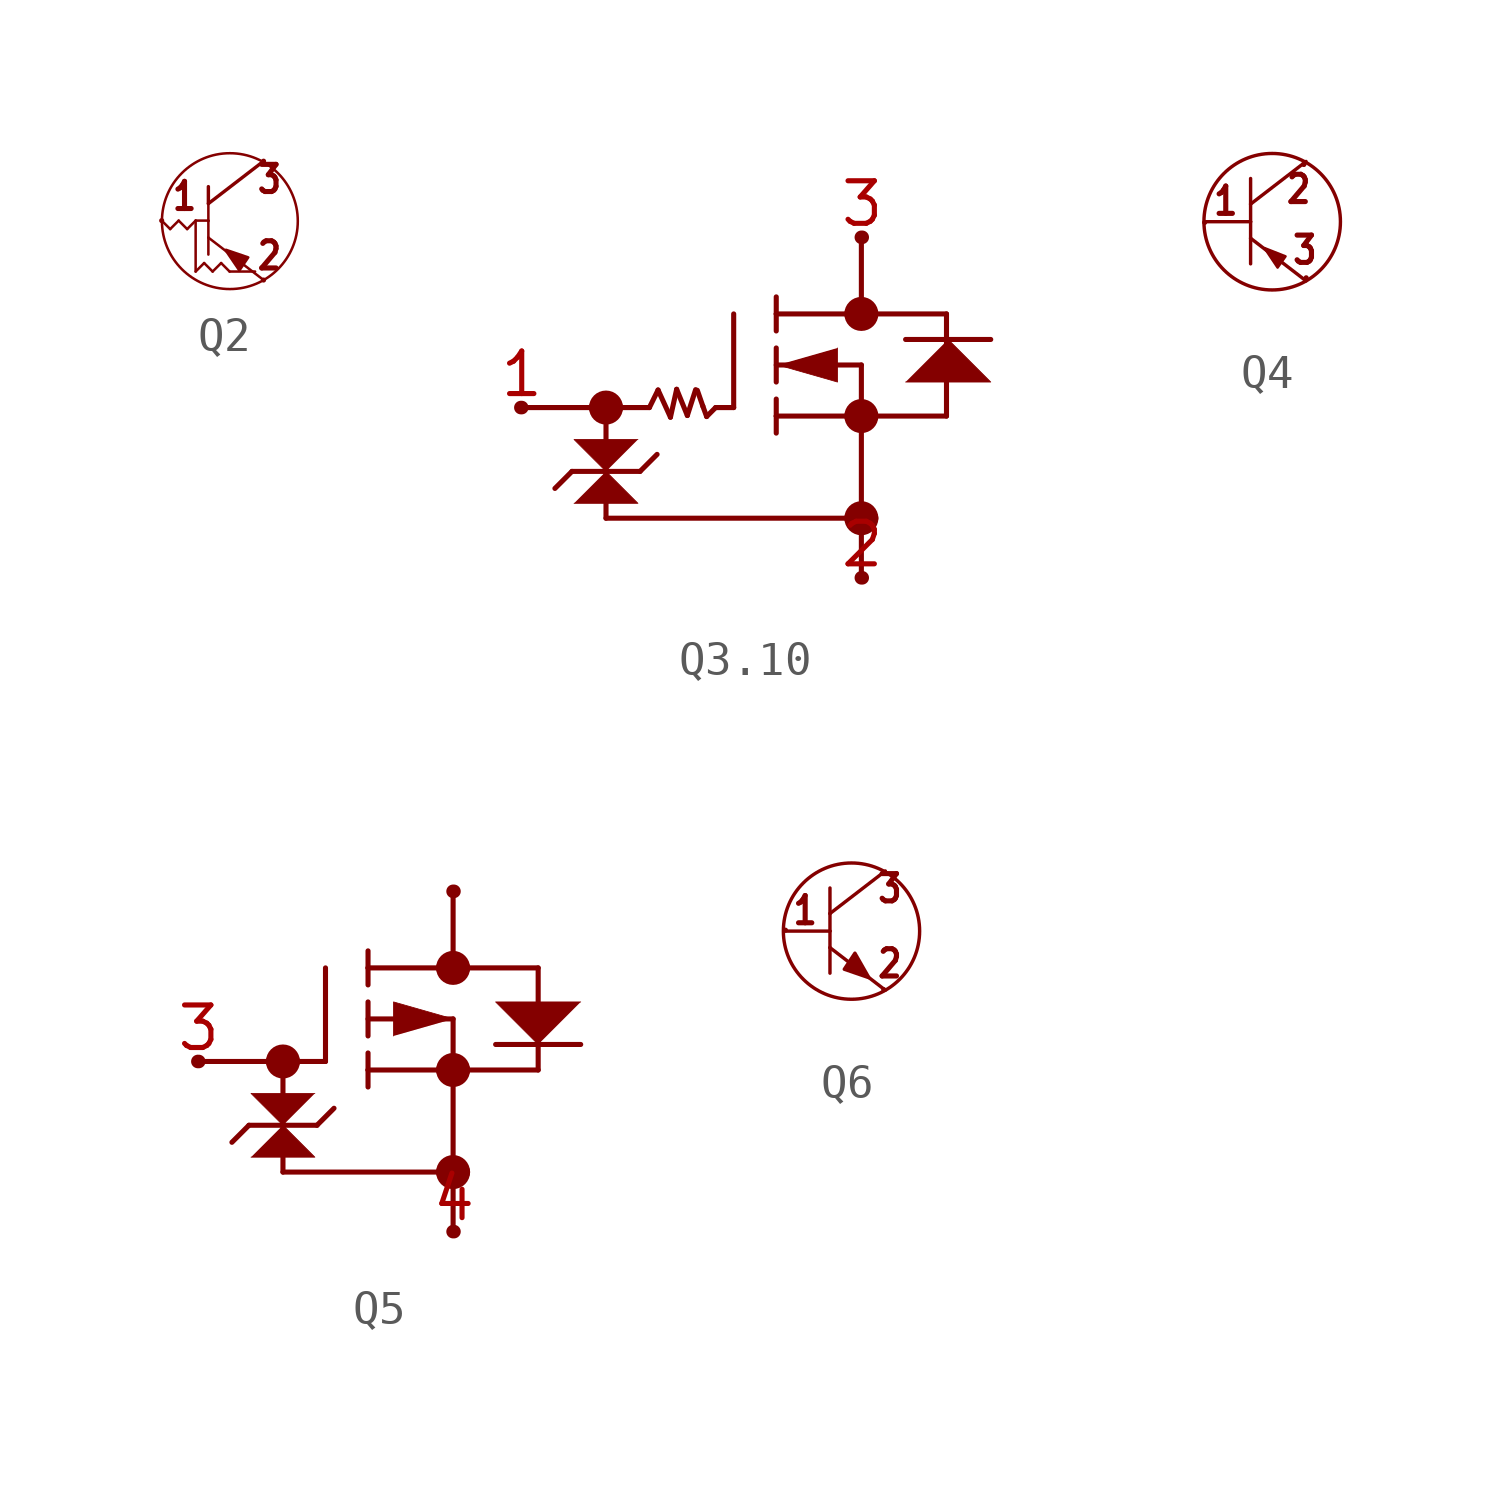
<source format=kicad_sym>
(kicad_symbol_lib
  (version 20231120)
  (generator "kicad_symbol_editor")
  (generator_version "8.0")
  (symbol "Q2"
    (property "Reference" ""
      (at -1.778 2.032 0)
      (effects (font (size 1.27 1.079)) (justify left bottom) (hide yes)))
    (property "ki_locked" ""
      (at 0 0 0)
      (effects (font (size 1.27 1.27))))
    (symbol "Q2_1_0"
      (polyline (pts (xy -1.524 -0.254) (xy -1.778 0)) (stroke (width 0.076) (type solid)) (fill (type none)))
      (polyline (pts (xy -1.27 0) (xy -1.524 -0.254)) (stroke (width 0.076) (type solid)) (fill (type none)))
      (polyline (pts (xy -1.016 -0.254) (xy -1.27 0)) (stroke (width 0.076) (type solid)) (fill (type none)))
      (polyline (pts (xy -0.762 -1.524) (xy -0.762 0)) (stroke (width 0.076) (type solid)) (fill (type none)))
      (polyline (pts (xy -0.762 0) (xy -1.016 -0.254)) (stroke (width 0.076) (type solid)) (fill (type none)))
      (polyline (pts (xy -0.762 0) (xy -0.381 0)) (stroke (width 0.076) (type solid)) (fill (type none)))
      (polyline (pts (xy -0.508 -1.27) (xy -0.762 -1.524)) (stroke (width 0.076) (type solid)) (fill (type none)))
      (polyline (pts (xy -0.381 -0.508) (xy -0.381 -1.016)) (stroke (width 0.076) (type solid)) (fill (type none)))
      (polyline (pts (xy -0.381 -0.508) (xy 1.27 -1.778)) (stroke (width 0.076) (type solid)) (fill (type none)))
      (polyline (pts (xy -0.381 -0.016) (xy -0.381 -0.508)) (stroke (width 0.076) (type solid)) (fill (type none)))
      (polyline (pts (xy -0.381 0) (xy -0.381 -0.016)) (stroke (width 0.076) (type solid)) (fill (type none)))
      (polyline (pts (xy -0.381 0.508) (xy -0.381 0)) (stroke (width 0.076) (type solid)) (fill (type none)))
      (polyline (pts (xy -0.381 0.508) (xy 1.27 1.778)) (stroke (width 0.102) (type solid)) (fill (type none)))
      (polyline (pts (xy -0.381 1.016) (xy -0.381 0.508)) (stroke (width 0.102) (type solid)) (fill (type none)))
      (polyline (pts (xy -0.254 -1.524) (xy -0.508 -1.27)) (stroke (width 0.076) (type solid)) (fill (type none)))
      (polyline (pts (xy 0 -1.27) (xy -0.254 -1.524)) (stroke (width 0.076) (type solid)) (fill (type none)))
      (polyline (pts (xy 0.254 -1.524) (xy 0 -1.27)) (stroke (width 0.076) (type solid)) (fill (type none)))
      (polyline (pts (xy 1.016 -1.524) (xy 0.254 -1.524)) (stroke (width 0.076) (type solid)) (fill (type none)))
      (polyline (pts (xy 0.13 -0.881) (xy 0.546 -1.493) (xy 0.812 -1.101) (xy 0.146 -0.873)) (stroke (width 0.076) (type solid)) (fill (type outline)))
      (circle (center 0.262 -0.016) (radius 2.032) (stroke (width 0.076) (type solid)) (fill (type none)))
      (text "1" (at -1.524 0.254 0) (effects (font (size 0.813 0.691)) (justify left bottom)))
      (text "2" (at 1.016 -1.524 0) (effects (font (size 0.813 0.691)) (justify left bottom)))
      (text "3" (at 1.016 0.762 0) (effects (font (size 0.813 0.691)) (justify left bottom)))
      (pin bidirectional line (at -1.778 0 0) (length 0) (name "1" (effects (font (size 0 0)))) (number "1" (effects (font (size 0 0)))))
      (pin bidirectional line (at 1.27 -1.778 0) (length 0) (name "2" (effects (font (size 0 0)))) (number "2" (effects (font (size 0 0)))))
      (pin bidirectional line (at 1.27 1.778 0) (length 0) (name "3" (effects (font (size 0 0)))) (number "3" (effects (font (size 0 0)))))))
  (symbol "Q3.10"
    (property "Reference" ""
      (at 1.532 -4.74 0)
      (effects (font (size 0.762 0.648)) (justify left bottom) (hide yes)))
    (property "Value" ""
      (at 1.148 -5.667 0)
      (effects (font (size 0.762 0.648)) (justify left bottom)))
    (property "ki_locked" ""
      (at 0 0 0)
      (effects (font (size 1.27 1.27))))
    (symbol "Q3.10_1_0"
      (arc (start -0.2794 -2.54) (mid -0.0254 -2.794) (end 0.2286 -2.54) (stroke (width 0.508) (type solid)) (fill (type none)))
      (polyline (pts (xy -2.565 -2.54) (xy -0.279 -2.54)) (stroke (width 0.152) (type solid)) (fill (type none)))
      (polyline (pts (xy -2.54 -2.54) (xy -2.565 -2.54)) (stroke (width 0.406) (type solid)) (fill (type none)))
      (polyline (pts (xy -1.041 -4.445) (xy -1.549 -4.953)) (stroke (width 0.152) (type solid)) (fill (type none)))
      (polyline (pts (xy -1.041 -4.445) (xy 0.991 -4.445)) (stroke (width 0.152) (type solid)) (fill (type none)))
      (polyline (pts (xy -0.279 -2.54) (xy -0.025 -2.54)) (stroke (width 0.152) (type solid)) (fill (type none)))
      (polyline (pts (xy -0.025 -5.842) (xy 7.341 -5.842)) (stroke (width 0.152) (type solid)) (fill (type none)))
      (polyline (pts (xy -0.025 -2.54) (xy -0.025 -5.842)) (stroke (width 0.152) (type solid)) (fill (type none)))
      (polyline (pts (xy -0.025 -2.54) (xy 0.229 -2.54)) (stroke (width 0.152) (type solid)) (fill (type none)))
      (polyline (pts (xy 0.229 -2.54) (xy 1.27 -2.54)) (stroke (width 0.152) (type solid)) (fill (type none)))
      (polyline (pts (xy 0.991 -4.445) (xy 1.499 -3.937)) (stroke (width 0.152) (type solid)) (fill (type none)))
      (polyline (pts (xy 1.27 -2.54) (xy 1.528 -2.016)) (stroke (width 0.152) (type solid)) (fill (type none)))
      (polyline (pts (xy 1.528 -2.016) (xy 1.898 -2.828)) (stroke (width 0.152) (type solid)) (fill (type none)))
      (polyline (pts (xy 1.898 -2.828) (xy 2.083 -1.995)) (stroke (width 0.152) (type solid)) (fill (type none)))
      (polyline (pts (xy 2.083 -1.995) (xy 2.402 -2.777)) (stroke (width 0.152) (type solid)) (fill (type none)))
      (polyline (pts (xy 2.402 -2.777) (xy 2.649 -2.006)) (stroke (width 0.152) (type solid)) (fill (type none)))
      (polyline (pts (xy 2.7 -2.026) (xy 2.865 -2.499)) (stroke (width 0.152) (type solid)) (fill (type none)))
      (polyline (pts (xy 2.865 -2.499) (xy 2.978 -2.808)) (stroke (width 0.152) (type solid)) (fill (type none)))
      (polyline (pts (xy 2.978 -2.808) (xy 3.245 -2.54)) (stroke (width 0.152) (type solid)) (fill (type none)))
      (polyline (pts (xy 3.785 -2.54) (xy 3.245 -2.54)) (stroke (width 0.152) (type solid)) (fill (type none)))
      (polyline (pts (xy 3.785 -2.54) (xy 3.785 0.254)) (stroke (width 0.152) (type solid)) (fill (type none)))
      (polyline (pts (xy 5.055 -3.302) (xy 5.055 -2.794)) (stroke (width 0.152) (type solid)) (fill (type none)))
      (polyline (pts (xy 5.055 -2.794) (xy 5.055 -2.286)) (stroke (width 0.152) (type solid)) (fill (type none)))
      (polyline (pts (xy 5.055 -2.794) (xy 7.341 -2.794)) (stroke (width 0.152) (type solid)) (fill (type none)))
      (polyline (pts (xy 5.055 -1.778) (xy 5.055 -0.762)) (stroke (width 0.152) (type solid)) (fill (type none)))
      (polyline (pts (xy 5.055 -1.27) (xy 7.595 -1.27)) (stroke (width 0.152) (type solid)) (fill (type none)))
      (polyline (pts (xy 5.055 -0.254) (xy 5.055 0.254)) (stroke (width 0.152) (type solid)) (fill (type none)))
      (polyline (pts (xy 5.055 0.254) (xy 5.055 0.762)) (stroke (width 0.152) (type solid)) (fill (type none)))
      (polyline (pts (xy 7.341 -5.842) (xy 7.595 -5.842)) (stroke (width 0.152) (type solid)) (fill (type none)))
      (polyline (pts (xy 7.341 -2.794) (xy 7.849 -2.794)) (stroke (width 0.152) (type solid)) (fill (type none)))
      (polyline (pts (xy 7.341 0.254) (xy 5.055 0.254)) (stroke (width 0.152) (type solid)) (fill (type none)))
      (polyline (pts (xy 7.595 -5.842) (xy 7.595 -7.62)) (stroke (width 0.152) (type solid)) (fill (type none)))
      (polyline (pts (xy 7.595 -1.27) (xy 7.595 -5.842)) (stroke (width 0.152) (type solid)) (fill (type none)))
      (polyline (pts (xy 7.595 0.254) (xy 7.341 0.254)) (stroke (width 0.152) (type solid)) (fill (type none)))
      (polyline (pts (xy 7.595 2.54) (xy 7.595 0.254)) (stroke (width 0.152) (type solid)) (fill (type none)))
      (polyline (pts (xy 7.62 -7.62) (xy 7.595 -7.62)) (stroke (width 0.406) (type solid)) (fill (type none)))
      (polyline (pts (xy 7.62 2.54) (xy 7.595 2.54)) (stroke (width 0.406) (type solid)) (fill (type none)))
      (polyline (pts (xy 7.849 -2.794) (xy 10.135 -2.794)) (stroke (width 0.152) (type solid)) (fill (type none)))
      (polyline (pts (xy 7.849 0.254) (xy 7.595 0.254)) (stroke (width 0.152) (type solid)) (fill (type none)))
      (polyline (pts (xy 10.135 0.254) (xy 7.849 0.254)) (stroke (width 0.152) (type solid)) (fill (type none)))
      (polyline (pts (xy 10.135 0.254) (xy 10.135 -2.794)) (stroke (width 0.152) (type solid)) (fill (type none)))
      (polyline (pts (xy 11.455 -0.508) (xy 8.915 -0.508)) (stroke (width 0.152) (type solid)) (fill (type none)))
      (polyline (pts (xy -0.978 -5.397) (xy 0.927 -5.397) (xy -0.025 -4.445)) (stroke (width 0.025) (type solid)) (fill (type outline)))
      (polyline (pts (xy 0.927 -3.493) (xy -0.978 -3.493) (xy -0.025 -4.445)) (stroke (width 0.025) (type solid)) (fill (type outline)))
      (polyline (pts (xy 5.105 -1.27) (xy 6.883 -1.778) (xy 6.883 -0.762)) (stroke (width 0.025) (type solid)) (fill (type outline)))
      (polyline (pts (xy 8.915 -1.778) (xy 11.455 -1.778) (xy 10.185 -0.508)) (stroke (width 0.025) (type solid)) (fill (type outline)))
      (arc (start 0.2286 -2.54) (mid -0.0254 -2.286) (end -0.2794 -2.54) (stroke (width 0.508) (type solid)) (fill (type none)))
      (arc (start 7.3406 -5.842) (mid 7.5946 -6.096) (end 7.8486 -5.842) (stroke (width 0.508) (type solid)) (fill (type none)))
      (arc (start 7.3406 -2.794) (mid 7.5946 -3.048) (end 7.8486 -2.794) (stroke (width 0.508) (type solid)) (fill (type none)))
      (arc (start 7.3406 0.254) (mid 7.5946 0) (end 7.8486 0.254) (stroke (width 0.508) (type solid)) (fill (type none)))
      (arc (start 7.8486 -5.842) (mid 7.5946 -5.588) (end 7.3406 -5.842) (stroke (width 0.508) (type solid)) (fill (type none)))
      (arc (start 7.8486 -2.794) (mid 7.5946 -2.54) (end 7.3406 -2.794) (stroke (width 0.508) (type solid)) (fill (type none)))
      (arc (start 7.8486 0.254) (mid 7.5946 0.508) (end 7.3406 0.254) (stroke (width 0.508) (type solid)) (fill (type none)))
      (pin passive line (at -2.54 -2.54 180) (length 0) (name "1" (effects (font (size 0 0)))) (number "1" (effects (font (size 1.27 1.27)))))
      (pin passive line (at 7.62 -7.62 180) (length 0) (name "2" (effects (font (size 0 0)))) (number "2" (effects (font (size 1.27 1.27)))))
      (pin passive line (at 7.62 2.54 180) (length 0) (name "3" (effects (font (size 0 0)))) (number "3" (effects (font (size 1.27 1.27)))))))
  (symbol "Q4"
    (property "Reference" ""
      (at -1.333 2.069 0)
      (effects (font (size 1.016 0.864)) (justify left bottom) (hide yes)))
    (property "Value" ""
      (at -1.664 -3.164 0)
      (effects (font (size 1.016 0.864)) (justify left bottom)))
    (property "ki_locked" ""
      (at 0 0 0)
      (effects (font (size 1.27 1.27))))
    (symbol "Q4_1_0"
      (polyline (pts (xy -0.509 -0.57) (xy -0.509 -1.332)) (stroke (width 0.102) (type solid)) (fill (type none)))
      (polyline (pts (xy -0.509 -0.57) (xy 1.142 -1.84)) (stroke (width 0.102) (type solid)) (fill (type none)))
      (polyline (pts (xy -0.509 -0.078) (xy -1.855 -0.078)) (stroke (width 0.102) (type solid)) (fill (type none)))
      (polyline (pts (xy -0.509 -0.078) (xy -0.509 -0.57)) (stroke (width 0.102) (type solid)) (fill (type none)))
      (polyline (pts (xy -0.509 0.446) (xy -0.509 -0.078)) (stroke (width 0.102) (type solid)) (fill (type none)))
      (polyline (pts (xy -0.509 0.446) (xy 1.142 1.716)) (stroke (width 0.102) (type solid)) (fill (type none)))
      (polyline (pts (xy -0.509 1.208) (xy -0.509 0.446)) (stroke (width 0.102) (type solid)) (fill (type none)))
      (polyline (pts (xy -0.071 -0.896) (xy 0.295 -1.443) (xy 0.53 -1.11) (xy -0.093 -0.864) (xy -0.087 -0.875)) (stroke (width 0.076) (type solid)) (fill (type outline)))
      (circle (center 0.134 -0.078) (radius 2.032) (stroke (width 0.102) (type solid)) (fill (type none)))
      (text "1" (at -1.678 0.063 0) (effects (font (size 0.813 0.691)) (justify left bottom)))
      (text "2" (at 0.493 0.414 0) (effects (font (size 0.813 0.691)) (justify left bottom)))
      (text "3" (at 0.677 -1.397 0) (effects (font (size 0.813 0.691)) (justify left bottom)))
      (pin bidirectional line (at -1.877 -0.1 0) (length 0) (name "P$1" (effects (font (size 0 0)))) (number "1" (effects (font (size 0 0)))))
      (pin bidirectional line (at 1.076 1.631 0) (length 0) (name "P$2" (effects (font (size 0 0)))) (number "2" (effects (font (size 0 0)))))
      (pin bidirectional line (at 1.146 -1.748 0) (length 0) (name "P$3" (effects (font (size 0 0)))) (number "3" (effects (font (size 0 0)))))
      (pin bidirectional line (at 1.076 1.631 0) (length 0) (name "P$2" (effects (font (size 0 0)))) (number "P" (effects (font (size 0 0)))))))
  (symbol "Q5"
    (property "Reference" ""
      (at -2.896 3.175 0)
      (effects (font (size 1.27 1.079)) (justify left bottom) (hide yes)))
    (property "Value" ""
      (at -2.896 1.27 0)
      (effects (font (size 1.27 1.079)) (justify left bottom)))
    (property "ki_locked" ""
      (at 0 0 0)
      (effects (font (size 1.27 1.27))))
    (symbol "Q5_1_0"
      (arc (start -0.2794 -2.54) (mid -0.0254 -2.794) (end 0.2286 -2.54) (stroke (width 0.508) (type solid)) (fill (type none)))
      (polyline (pts (xy -2.565 -2.54) (xy -0.279 -2.54)) (stroke (width 0.152) (type solid)) (fill (type none)))
      (polyline (pts (xy -2.54 -2.54) (xy -2.565 -2.54)) (stroke (width 0.406) (type solid)) (fill (type none)))
      (polyline (pts (xy -1.041 -4.445) (xy -1.549 -4.953)) (stroke (width 0.152) (type solid)) (fill (type none)))
      (polyline (pts (xy -1.041 -4.445) (xy 0.991 -4.445)) (stroke (width 0.152) (type solid)) (fill (type none)))
      (polyline (pts (xy -0.279 -2.54) (xy -0.025 -2.54)) (stroke (width 0.152) (type solid)) (fill (type none)))
      (polyline (pts (xy -0.025 -5.842) (xy 4.801 -5.842)) (stroke (width 0.152) (type solid)) (fill (type none)))
      (polyline (pts (xy -0.025 -2.54) (xy -0.025 -5.842)) (stroke (width 0.152) (type solid)) (fill (type none)))
      (polyline (pts (xy -0.025 -2.54) (xy 0.229 -2.54)) (stroke (width 0.152) (type solid)) (fill (type none)))
      (polyline (pts (xy 0.229 -2.54) (xy 1.245 -2.54)) (stroke (width 0.152) (type solid)) (fill (type none)))
      (polyline (pts (xy 0.991 -4.445) (xy 1.499 -3.937)) (stroke (width 0.152) (type solid)) (fill (type none)))
      (polyline (pts (xy 1.245 -2.54) (xy 1.245 0.254)) (stroke (width 0.152) (type solid)) (fill (type none)))
      (polyline (pts (xy 2.515 -3.302) (xy 2.515 -2.794)) (stroke (width 0.152) (type solid)) (fill (type none)))
      (polyline (pts (xy 2.515 -2.794) (xy 2.515 -2.286)) (stroke (width 0.152) (type solid)) (fill (type none)))
      (polyline (pts (xy 2.515 -2.794) (xy 4.801 -2.794)) (stroke (width 0.152) (type solid)) (fill (type none)))
      (polyline (pts (xy 2.515 -1.778) (xy 2.515 -0.762)) (stroke (width 0.152) (type solid)) (fill (type none)))
      (polyline (pts (xy 2.515 -1.27) (xy 5.055 -1.27)) (stroke (width 0.152) (type solid)) (fill (type none)))
      (polyline (pts (xy 2.515 -0.254) (xy 2.515 0.254)) (stroke (width 0.152) (type solid)) (fill (type none)))
      (polyline (pts (xy 2.515 0.254) (xy 2.515 0.762)) (stroke (width 0.152) (type solid)) (fill (type none)))
      (polyline (pts (xy 4.801 -5.842) (xy 5.055 -5.842)) (stroke (width 0.152) (type solid)) (fill (type none)))
      (polyline (pts (xy 4.801 -2.794) (xy 5.309 -2.794)) (stroke (width 0.152) (type solid)) (fill (type none)))
      (polyline (pts (xy 4.801 0.254) (xy 2.515 0.254)) (stroke (width 0.152) (type solid)) (fill (type none)))
      (polyline (pts (xy 5.055 -5.842) (xy 5.055 -7.62)) (stroke (width 0.152) (type solid)) (fill (type none)))
      (polyline (pts (xy 5.055 -1.27) (xy 5.055 -5.842)) (stroke (width 0.152) (type solid)) (fill (type none)))
      (polyline (pts (xy 5.055 0.254) (xy 4.801 0.254)) (stroke (width 0.152) (type solid)) (fill (type none)))
      (polyline (pts (xy 5.055 2.54) (xy 5.055 0.254)) (stroke (width 0.152) (type solid)) (fill (type none)))
      (polyline (pts (xy 5.08 -7.62) (xy 5.055 -7.62)) (stroke (width 0.406) (type solid)) (fill (type none)))
      (polyline (pts (xy 5.08 2.54) (xy 5.055 2.54)) (stroke (width 0.406) (type solid)) (fill (type none)))
      (polyline (pts (xy 5.309 -2.794) (xy 7.595 -2.794)) (stroke (width 0.152) (type solid)) (fill (type none)))
      (polyline (pts (xy 5.309 0.254) (xy 5.055 0.254)) (stroke (width 0.152) (type solid)) (fill (type none)))
      (polyline (pts (xy 6.325 -2.032) (xy 8.865 -2.032)) (stroke (width 0.152) (type solid)) (fill (type none)))
      (polyline (pts (xy 7.595 0.254) (xy 5.309 0.254)) (stroke (width 0.152) (type solid)) (fill (type none)))
      (polyline (pts (xy 7.595 0.254) (xy 7.595 -2.794)) (stroke (width 0.152) (type solid)) (fill (type none)))
      (polyline (pts (xy -0.978 -5.397) (xy 0.927 -5.397) (xy -0.025 -4.445)) (stroke (width 0.025) (type solid)) (fill (type outline)))
      (polyline (pts (xy 0.927 -3.493) (xy -0.978 -3.493) (xy -0.025 -4.445)) (stroke (width 0.025) (type solid)) (fill (type outline)))
      (polyline (pts (xy 5.055 -1.27) (xy 3.277 -0.762) (xy 3.277 -1.778)) (stroke (width 0.025) (type solid)) (fill (type outline)))
      (polyline (pts (xy 8.865 -0.762) (xy 6.325 -0.762) (xy 7.595 -2.032)) (stroke (width 0.025) (type solid)) (fill (type outline)))
      (arc (start 0.2286 -2.54) (mid -0.0254 -2.286) (end -0.2794 -2.54) (stroke (width 0.508) (type solid)) (fill (type none)))
      (arc (start 4.8006 -5.842) (mid 5.0546 -6.096) (end 5.3086 -5.842) (stroke (width 0.508) (type solid)) (fill (type none)))
      (arc (start 4.8006 -2.794) (mid 5.0546 -3.048) (end 5.3086 -2.794) (stroke (width 0.508) (type solid)) (fill (type none)))
      (arc (start 4.8006 0.254) (mid 5.0546 0) (end 5.3086 0.254) (stroke (width 0.508) (type solid)) (fill (type none)))
      (arc (start 5.3086 -5.842) (mid 5.0546 -5.588) (end 4.8006 -5.842) (stroke (width 0.508) (type solid)) (fill (type none)))
      (arc (start 5.3086 -2.794) (mid 5.0546 -2.54) (end 4.8006 -2.794) (stroke (width 0.508) (type solid)) (fill (type none)))
      (arc (start 5.3086 0.254) (mid 5.0546 0.508) (end 4.8006 0.254) (stroke (width 0.508) (type solid)) (fill (type none)))
      (pin passive line (at 5.08 2.54 180) (length 0) (name "D" (effects (font (size 0 0)))) (number "1" (effects (font (size 0 0)))))
      (pin passive line (at 5.08 2.54 180) (length 0) (name "D" (effects (font (size 0 0)))) (number "2" (effects (font (size 0 0)))))
      (pin passive line (at -2.54 -2.54 180) (length 0) (name "G" (effects (font (size 0 0)))) (number "3" (effects (font (size 1.27 1.27)))))
      (pin passive line (at 5.08 -7.62 180) (length 0) (name "S" (effects (font (size 0 0)))) (number "4" (effects (font (size 1.27 1.27)))))
      (pin passive line (at 5.08 2.54 180) (length 0) (name "D" (effects (font (size 0 0)))) (number "5" (effects (font (size 0 0)))))
      (pin passive line (at 5.08 2.54 180) (length 0) (name "D" (effects (font (size 0 0)))) (number "6" (effects (font (size 0 0)))))))
  (symbol "Q6"
    (property "Reference" ""
      (at -1.459 2.131 0)
      (effects (font (size 1.016 0.864)) (justify left bottom) (hide yes)))
    (property "Value" ""
      (at -1.79 -3.102 0)
      (effects (font (size 1.016 0.864)) (justify left bottom)))
    (property "ki_locked" ""
      (at 0 0 0)
      (effects (font (size 1.27 1.27))))
    (symbol "Q6_1_0"
      (polyline (pts (xy -0.635 -0.508) (xy -0.635 -1.27)) (stroke (width 0.102) (type solid)) (fill (type none)))
      (polyline (pts (xy -0.635 -0.508) (xy 1.016 -1.778)) (stroke (width 0.102) (type solid)) (fill (type none)))
      (polyline (pts (xy -0.635 -0.016) (xy -1.981 -0.016)) (stroke (width 0.102) (type solid)) (fill (type none)))
      (polyline (pts (xy -0.635 -0.016) (xy -0.635 -0.508)) (stroke (width 0.102) (type solid)) (fill (type none)))
      (polyline (pts (xy -0.635 0.508) (xy -0.635 -0.016)) (stroke (width 0.102) (type solid)) (fill (type none)))
      (polyline (pts (xy -0.635 0.508) (xy 1.016 1.778)) (stroke (width 0.102) (type solid)) (fill (type none)))
      (polyline (pts (xy -0.635 1.27) (xy -0.635 0.508)) (stroke (width 0.102) (type solid)) (fill (type none)))
      (polyline (pts (xy 0.517 -1.388) (xy 0.109 -0.674) (xy -0.208 -1.153) (xy 0.526 -1.405)) (stroke (width 0.102) (type solid)) (fill (type outline)))
      (circle (center 0.007 -0.016) (radius 2.032) (stroke (width 0.102) (type solid)) (fill (type none)))
      (text "1" (at -1.804 0.125 0) (effects (font (size 0.813 0.691)) (justify left bottom)))
      (text "2" (at 0.722 -1.461 0) (effects (font (size 0.813 0.691)) (justify left bottom)))
      (text "3" (at 0.722 0.779 0) (effects (font (size 0.813 0.691)) (justify left bottom)))
      (pin bidirectional line (at -1.963 0.013 0) (length 0) (name "1" (effects (font (size 0 0)))) (number "1" (effects (font (size 0 0)))))
      (pin bidirectional line (at 0.969 -1.762 0) (length 0) (name "2" (effects (font (size 0 0)))) (number "2" (effects (font (size 0 0)))))
      (pin bidirectional line (at 0.961 1.735 0) (length 0) (name "3" (effects (font (size 0 0)))) (number "3" (effects (font (size 0 0))))))))
</source>
